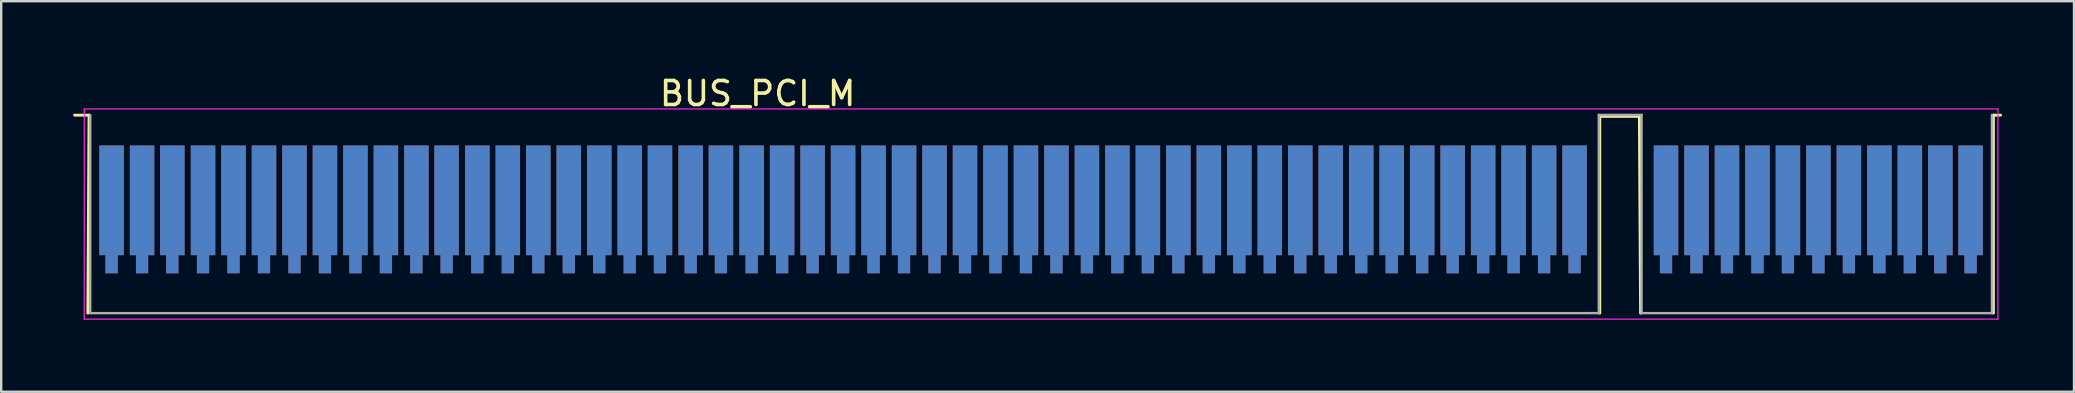
<source format=kicad_pcb>
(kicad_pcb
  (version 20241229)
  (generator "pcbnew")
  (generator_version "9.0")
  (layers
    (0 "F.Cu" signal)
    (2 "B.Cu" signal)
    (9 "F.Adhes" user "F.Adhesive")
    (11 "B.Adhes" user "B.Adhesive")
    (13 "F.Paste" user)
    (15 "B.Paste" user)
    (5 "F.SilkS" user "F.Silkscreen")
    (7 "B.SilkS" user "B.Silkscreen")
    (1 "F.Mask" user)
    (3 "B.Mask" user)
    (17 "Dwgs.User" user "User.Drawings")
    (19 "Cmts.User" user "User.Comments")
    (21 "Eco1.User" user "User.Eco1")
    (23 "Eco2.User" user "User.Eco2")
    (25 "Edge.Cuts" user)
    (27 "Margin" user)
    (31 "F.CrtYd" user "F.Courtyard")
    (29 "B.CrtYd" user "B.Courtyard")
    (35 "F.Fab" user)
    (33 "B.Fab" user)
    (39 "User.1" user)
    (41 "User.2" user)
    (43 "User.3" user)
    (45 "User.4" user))
  (footprint "BUS_PCI_M"
    (layer "F.Cu")
    (at 40.33 6.628)
    (property "Reference" "BUS_PCI_M" (at -11.81 -5.78 0) (layer "F.SilkS") (effects (font (size 1 1) (thickness 0.15))))
    (attr smd)
    (fp_line (start -40.27 -4.88) (end -39.67 -4.88) (stroke (width 0.12) (type solid)) (layer "F.SilkS"))
    (fp_line (start -39.67 -4.88) (end -39.72 3.37) (stroke (width 0.12) (type solid)) (layer "F.SilkS"))
    (fp_line (start 23.28 -4.83) (end 24.93 -4.83) (stroke (width 0.12) (type solid)) (layer "F.SilkS"))
    (fp_line (start 23.28 3.37) (end 23.28 -4.83) (stroke (width 0.12) (type solid)) (layer "F.SilkS"))
    (fp_line (start 24.93 -4.83) (end 24.98 3.37) (stroke (width 0.12) (type solid)) (layer "F.SilkS"))
    (fp_line (start 39.68 -4.88) (end 39.98 -4.88) (stroke (width 0.12) (type solid)) (layer "F.SilkS"))
    (fp_line (start 39.68 3.37) (end 39.68 -4.88) (stroke (width 0.12) (type solid)) (layer "F.SilkS"))
    (fp_line (start -39.87 -5.14) (end -39.87 3.62) (stroke (width 0.05) (type solid)) (layer "F.CrtYd"))
    (fp_line (start -39.87 -5.14) (end 39.87 -5.14) (stroke (width 0.05) (type solid)) (layer "F.CrtYd"))
    (fp_line (start 39.87 3.62) (end -39.87 3.62) (stroke (width 0.05) (type solid)) (layer "F.CrtYd"))
    (fp_line (start 39.87 3.62) (end 39.87 -5.14) (stroke (width 0.05) (type solid)) (layer "F.CrtYd"))
    (fp_line (start -39.62 -4.89) (end -39.62 3.37) (stroke (width 0.1) (type solid)) (layer "F.Fab"))
    (fp_line (start -39.62 3.37) (end 23.24 3.37) (stroke (width 0.1) (type solid)) (layer "F.Fab"))
    (fp_line (start 23.24 -4.89) (end 25.02 -4.89) (stroke (width 0.1) (type solid)) (layer "F.Fab"))
    (fp_line (start 23.24 3.37) (end 23.24 -4.89) (stroke (width 0.1) (type solid)) (layer "F.Fab"))
    (fp_line (start 25.02 -4.89) (end 25.02 3.37) (stroke (width 0.1) (type solid)) (layer "F.Fab"))
    (fp_line (start 25.02 3.37) (end 39.62 3.37) (stroke (width 0.1) (type solid)) (layer "F.Fab"))
    (fp_line (start 39.62 3.37) (end 39.62 -4.89) (stroke (width 0.1) (type solid)) (layer "F.Fab"))
    (pad "A1" connect rect (at -38.73 -1.33) (size 1.02 4.57) (layers "B.Cu" "B.Mask"))
    (pad "A1" connect rect (at -38.73 1.33) (size 0.51 0.76) (layers "B.Cu" "B.Mask"))
    (pad "A2" connect rect (at -37.46 -1.33) (size 1.02 4.57) (layers "B.Cu" "B.Mask"))
    (pad "A2" connect rect (at -37.46 1.33) (size 0.51 0.76) (layers "B.Cu" "B.Mask"))
    (pad "A3" connect rect (at -36.2 -1.33) (size 1.02 4.57) (layers "B.Cu" "B.Mask"))
    (pad "A3" connect rect (at -36.2 1.33) (size 0.51 0.76) (layers "B.Cu" "B.Mask"))
    (pad "A4" connect rect (at -34.92 -1.33) (size 1.02 4.57) (layers "B.Cu" "B.Mask"))
    (pad "A4" connect rect (at -34.92 1.33) (size 0.51 0.76) (layers "B.Cu" "B.Mask"))
    (pad "A5" connect rect (at -33.65 -1.33) (size 1.02 4.57) (layers "B.Cu" "B.Mask"))
    (pad "A5" connect rect (at -33.65 1.33) (size 0.51 0.76) (layers "B.Cu" "B.Mask"))
    (pad "A6" connect rect (at -32.38 -1.33) (size 1.02 4.57) (layers "B.Cu" "B.Mask"))
    (pad "A6" connect rect (at -32.38 1.33) (size 0.51 0.76) (layers "B.Cu" "B.Mask"))
    (pad "A7" connect rect (at -31.11 -1.33) (size 1.02 4.57) (layers "B.Cu" "B.Mask"))
    (pad "A7" connect rect (at -31.11 1.33) (size 0.51 0.76) (layers "B.Cu" "B.Mask"))
    (pad "A8" connect rect (at -29.84 -1.33) (size 1.02 4.57) (layers "B.Cu" "B.Mask"))
    (pad "A8" connect rect (at -29.84 1.33) (size 0.51 0.76) (layers "B.Cu" "B.Mask"))
    (pad "A9" connect rect (at -28.57 -1.33) (size 1.02 4.57) (layers "B.Cu" "B.Mask"))
    (pad "A9" connect rect (at -28.57 1.33) (size 0.51 0.76) (layers "B.Cu" "B.Mask"))
    (pad "A10" connect rect (at -27.3 -1.33) (size 1.02 4.57) (layers "B.Cu" "B.Mask"))
    (pad "A10" connect rect (at -27.3 1.33) (size 0.51 0.76) (layers "B.Cu" "B.Mask"))
    (pad "A11" connect rect (at -26.03 -1.33) (size 1.02 4.57) (layers "B.Cu" "B.Mask"))
    (pad "A11" connect rect (at -26.03 1.33) (size 0.51 0.76) (layers "B.Cu" "B.Mask"))
    (pad "A12" connect rect (at -24.77 -1.33) (size 1.02 4.57) (layers "B.Cu" "B.Mask"))
    (pad "A12" connect rect (at -24.77 1.33) (size 0.51 0.76) (layers "B.Cu" "B.Mask"))
    (pad "A13" connect rect (at -23.49 -1.33) (size 1.02 4.57) (layers "B.Cu" "B.Mask"))
    (pad "A13" connect rect (at -23.49 1.33) (size 0.51 0.76) (layers "B.Cu" "B.Mask"))
    (pad "A14" connect rect (at -22.22 -1.33) (size 1.02 4.57) (layers "B.Cu" "B.Mask"))
    (pad "A14" connect rect (at -22.22 1.33) (size 0.51 0.76) (layers "B.Cu" "B.Mask"))
    (pad "A15" connect rect (at -20.95 -1.33) (size 1.02 4.57) (layers "B.Cu" "B.Mask"))
    (pad "A15" connect rect (at -20.95 1.33) (size 0.51 0.76) (layers "B.Cu" "B.Mask"))
    (pad "A16" connect rect (at -19.68 -1.33) (size 1.02 4.57) (layers "B.Cu" "B.Mask"))
    (pad "A16" connect rect (at -19.68 1.33) (size 0.51 0.76) (layers "B.Cu" "B.Mask"))
    (pad "A17" connect rect (at -18.41 -1.33) (size 1.02 4.57) (layers "B.Cu" "B.Mask"))
    (pad "A17" connect rect (at -18.41 1.33) (size 0.51 0.76) (layers "B.Cu" "B.Mask"))
    (pad "A18" connect rect (at -17.14 -1.33) (size 1.02 4.57) (layers "B.Cu" "B.Mask"))
    (pad "A18" connect rect (at -17.14 1.33) (size 0.51 0.76) (layers "B.Cu" "B.Mask"))
    (pad "A19" connect rect (at -15.88 -1.33) (size 1.02 4.57) (layers "B.Cu" "B.Mask"))
    (pad "A19" connect rect (at -15.88 1.33) (size 0.51 0.76) (layers "B.Cu" "B.Mask"))
    (pad "A20" connect rect (at -14.6 -1.33) (size 1.02 4.57) (layers "B.Cu" "B.Mask"))
    (pad "A20" connect rect (at -14.6 1.33) (size 0.51 0.76) (layers "B.Cu" "B.Mask"))
    (pad "A21" connect rect (at -13.34 -1.33) (size 1.02 4.57) (layers "B.Cu" "B.Mask"))
    (pad "A21" connect rect (at -13.34 1.33) (size 0.51 0.76) (layers "B.Cu" "B.Mask"))
    (pad "A22" connect rect (at -12.06 -1.33) (size 1.02 4.57) (layers "B.Cu" "B.Mask"))
    (pad "A22" connect rect (at -12.06 1.33) (size 0.51 0.76) (layers "B.Cu" "B.Mask"))
    (pad "A23" connect rect (at -10.79 -1.33) (size 1.02 4.57) (layers "B.Cu" "B.Mask"))
    (pad "A23" connect rect (at -10.79 1.33) (size 0.51 0.76) (layers "B.Cu" "B.Mask"))
    (pad "A24" connect rect (at -9.52 -1.33) (size 1.02 4.57) (layers "B.Cu" "B.Mask"))
    (pad "A24" connect rect (at -9.52 1.33) (size 0.51 0.76) (layers "B.Cu" "B.Mask"))
    (pad "A25" connect rect (at -8.25 -1.33) (size 1.02 4.57) (layers "B.Cu" "B.Mask"))
    (pad "A25" connect rect (at -8.25 1.33) (size 0.51 0.76) (layers "B.Cu" "B.Mask"))
    (pad "A26" connect rect (at -6.98 -1.33) (size 1.02 4.57) (layers "B.Cu" "B.Mask"))
    (pad "A26" connect rect (at -6.98 1.33) (size 0.51 0.76) (layers "B.Cu" "B.Mask"))
    (pad "A27" connect rect (at -5.71 -1.33) (size 1.02 4.57) (layers "B.Cu" "B.Mask"))
    (pad "A27" connect rect (at -5.71 1.33) (size 0.51 0.76) (layers "B.Cu" "B.Mask"))
    (pad "A28" connect rect (at -4.44 -1.33) (size 1.02 4.57) (layers "B.Cu" "B.Mask"))
    (pad "A28" connect rect (at -4.44 1.33) (size 0.51 0.76) (layers "B.Cu" "B.Mask"))
    (pad "A29" connect rect (at -3.17 -1.33) (size 1.02 4.57) (layers "B.Cu" "B.Mask"))
    (pad "A29" connect rect (at -3.17 1.33) (size 0.51 0.76) (layers "B.Cu" "B.Mask"))
    (pad "A30" connect rect (at -1.9 -1.33) (size 1.02 4.57) (layers "B.Cu" "B.Mask"))
    (pad "A30" connect rect (at -1.9 1.33) (size 0.51 0.76) (layers "B.Cu" "B.Mask"))
    (pad "A31" connect rect (at -0.63 -1.33) (size 1.02 4.57) (layers "B.Cu" "B.Mask"))
    (pad "A31" connect rect (at -0.63 1.33) (size 0.51 0.76) (layers "B.Cu" "B.Mask"))
    (pad "A32" connect rect (at 0.64 -1.33) (size 1.02 4.57) (layers "B.Cu" "B.Mask"))
    (pad "A32" connect rect (at 0.64 1.33) (size 0.51 0.76) (layers "B.Cu" "B.Mask"))
    (pad "A33" connect rect (at 1.91 -1.33) (size 1.02 4.57) (layers "B.Cu" "B.Mask"))
    (pad "A33" connect rect (at 1.91 1.33) (size 0.51 0.76) (layers "B.Cu" "B.Mask"))
    (pad "A34" connect rect (at 3.18 -1.33) (size 1.02 4.57) (layers "B.Cu" "B.Mask"))
    (pad "A34" connect rect (at 3.18 1.33) (size 0.51 0.76) (layers "B.Cu" "B.Mask"))
    (pad "A35" connect rect (at 4.45 -1.33) (size 1.02 4.57) (layers "B.Cu" "B.Mask"))
    (pad "A35" connect rect (at 4.45 1.33) (size 0.51 0.76) (layers "B.Cu" "B.Mask"))
    (pad "A36" connect rect (at 5.72 -1.33) (size 1.02 4.57) (layers "B.Cu" "B.Mask"))
    (pad "A36" connect rect (at 5.72 1.33) (size 0.51 0.76) (layers "B.Cu" "B.Mask"))
    (pad "A37" connect rect (at 6.99 -1.33) (size 1.02 4.57) (layers "B.Cu" "B.Mask"))
    (pad "A37" connect rect (at 6.99 1.33) (size 0.51 0.76) (layers "B.Cu" "B.Mask"))
    (pad "A38" connect rect (at 8.26 -1.33) (size 1.02 4.57) (layers "B.Cu" "B.Mask"))
    (pad "A38" connect rect (at 8.26 1.33) (size 0.51 0.76) (layers "B.Cu" "B.Mask"))
    (pad "A39" connect rect (at 9.53 -1.33) (size 1.02 4.57) (layers "B.Cu" "B.Mask"))
    (pad "A39" connect rect (at 9.53 1.33) (size 0.51 0.76) (layers "B.Cu" "B.Mask"))
    (pad "A40" connect rect (at 10.8 -1.33) (size 1.02 4.57) (layers "B.Cu" "B.Mask"))
    (pad "A40" connect rect (at 10.8 1.33) (size 0.51 0.76) (layers "B.Cu" "B.Mask"))
    (pad "A41" connect rect (at 12.07 -1.33) (size 1.02 4.57) (layers "B.Cu" "B.Mask"))
    (pad "A41" connect rect (at 12.07 1.33) (size 0.51 0.76) (layers "B.Cu" "B.Mask"))
    (pad "A42" connect rect (at 13.34 -1.33) (size 1.02 4.57) (layers "B.Cu" "B.Mask"))
    (pad "A42" connect rect (at 13.34 1.33) (size 0.51 0.76) (layers "B.Cu" "B.Mask"))
    (pad "A43" connect rect (at 14.61 -1.33) (size 1.02 4.57) (layers "B.Cu" "B.Mask"))
    (pad "A43" connect rect (at 14.61 1.33) (size 0.51 0.76) (layers "B.Cu" "B.Mask"))
    (pad "A44" connect rect (at 15.88 -1.33) (size 1.02 4.57) (layers "B.Cu" "B.Mask"))
    (pad "A44" connect rect (at 15.88 1.33) (size 0.51 0.76) (layers "B.Cu" "B.Mask"))
    (pad "A45" connect rect (at 17.15 -1.33) (size 1.02 4.57) (layers "B.Cu" "B.Mask"))
    (pad "A45" connect rect (at 17.15 1.33) (size 0.51 0.76) (layers "B.Cu" "B.Mask"))
    (pad "A46" connect rect (at 18.42 -1.33) (size 1.02 4.57) (layers "B.Cu" "B.Mask"))
    (pad "A46" connect rect (at 18.42 1.33) (size 0.51 0.76) (layers "B.Cu" "B.Mask"))
    (pad "A47" connect rect (at 19.69 -1.33) (size 1.02 4.57) (layers "B.Cu" "B.Mask"))
    (pad "A47" connect rect (at 19.69 1.33) (size 0.51 0.76) (layers "B.Cu" "B.Mask"))
    (pad "A48" connect rect (at 20.96 -1.33) (size 1.02 4.57) (layers "B.Cu" "B.Mask"))
    (pad "A48" connect rect (at 20.96 1.33) (size 0.51 0.76) (layers "B.Cu" "B.Mask"))
    (pad "A49" connect rect (at 22.23 -1.33) (size 1.02 4.57) (layers "B.Cu" "B.Mask"))
    (pad "A49" connect rect (at 22.23 1.33) (size 0.51 0.76) (layers "B.Cu" "B.Mask"))
    (pad "A52" connect rect (at 26.04 -1.33) (size 1.02 4.57) (layers "B.Cu" "B.Mask"))
    (pad "A52" connect rect (at 26.04 1.33) (size 0.51 0.76) (layers "B.Cu" "B.Mask"))
    (pad "A53" connect rect (at 27.31 -1.33) (size 1.02 4.57) (layers "B.Cu" "B.Mask"))
    (pad "A53" connect rect (at 27.31 1.33) (size 0.51 0.76) (layers "B.Cu" "B.Mask"))
    (pad "A54" connect rect (at 28.58 -1.33) (size 1.02 4.57) (layers "B.Cu" "B.Mask"))
    (pad "A54" connect rect (at 28.58 1.33) (size 0.51 0.76) (layers "B.Cu" "B.Mask"))
    (pad "A55" connect rect (at 29.85 -1.33) (size 1.02 4.57) (layers "B.Cu" "B.Mask"))
    (pad "A55" connect rect (at 29.85 1.33) (size 0.51 0.76) (layers "B.Cu" "B.Mask"))
    (pad "A56" connect rect (at 31.12 -1.33) (size 1.02 4.57) (layers "B.Cu" "B.Mask"))
    (pad "A56" connect rect (at 31.12 1.33) (size 0.51 0.76) (layers "B.Cu" "B.Mask"))
    (pad "A57" connect rect (at 32.39 -1.33) (size 1.02 4.57) (layers "B.Cu" "B.Mask"))
    (pad "A57" connect rect (at 32.39 1.33) (size 0.51 0.76) (layers "B.Cu" "B.Mask"))
    (pad "A58" connect rect (at 33.66 -1.33) (size 1.02 4.57) (layers "B.Cu" "B.Mask"))
    (pad "A58" connect rect (at 33.66 1.33) (size 0.51 0.76) (layers "B.Cu" "B.Mask"))
    (pad "A59" connect rect (at 34.93 -1.33) (size 1.02 4.57) (layers "B.Cu" "B.Mask"))
    (pad "A59" connect rect (at 34.93 1.33) (size 0.51 0.76) (layers "B.Cu" "B.Mask"))
    (pad "A60" connect rect (at 36.2 -1.33) (size 1.02 4.57) (layers "B.Cu" "B.Mask"))
    (pad "A60" connect rect (at 36.2 1.33) (size 0.51 0.76) (layers "B.Cu" "B.Mask"))
    (pad "A61" connect rect (at 37.47 -1.33) (size 1.02 4.57) (layers "B.Cu" "B.Mask"))
    (pad "A61" connect rect (at 37.47 1.33) (size 0.51 0.76) (layers "B.Cu" "B.Mask"))
    (pad "A62" connect rect (at 38.73 -1.33) (size 1.02 4.57) (layers "B.Cu" "B.Mask"))
    (pad "A62" connect rect (at 38.73 1.33) (size 0.51 0.76) (layers "B.Cu" "B.Mask"))
    (pad "B1" connect rect (at -38.73 -1.33) (size 1.02 4.57) (layers "F.Cu" "F.Mask"))
    (pad "B1" connect rect (at -38.73 1.33) (size 0.51 0.76) (layers "F.Cu" "F.Mask"))
    (pad "B2" connect rect (at -37.46 -1.33) (size 1.02 4.57) (layers "F.Cu" "F.Mask"))
    (pad "B2" connect rect (at -37.46 1.33) (size 0.51 0.76) (layers "F.Cu" "F.Mask"))
    (pad "B3" connect rect (at -36.2 -1.33) (size 1.02 4.57) (layers "F.Cu" "F.Mask"))
    (pad "B3" connect rect (at -36.2 1.33) (size 0.51 0.76) (layers "F.Cu" "F.Mask"))
    (pad "B4" connect rect (at -34.92 -1.33) (size 1.02 4.57) (layers "F.Cu" "F.Mask"))
    (pad "B4" connect rect (at -34.92 1.33) (size 0.51 0.76) (layers "F.Cu" "F.Mask"))
    (pad "B5" connect rect (at -33.65 -1.33) (size 1.02 4.57) (layers "F.Cu" "F.Mask"))
    (pad "B5" connect rect (at -33.65 1.33) (size 0.51 0.76) (layers "F.Cu" "F.Mask"))
    (pad "B6" connect rect (at -32.38 -1.33) (size 1.02 4.57) (layers "F.Cu" "F.Mask"))
    (pad "B6" connect rect (at -32.38 1.33) (size 0.51 0.76) (layers "F.Cu" "F.Mask"))
    (pad "B7" connect rect (at -31.11 -1.33) (size 1.02 4.57) (layers "F.Cu" "F.Mask"))
    (pad "B7" connect rect (at -31.11 1.33) (size 0.51 0.76) (layers "F.Cu" "F.Mask"))
    (pad "B8" connect rect (at -29.84 -1.33) (size 1.02 4.57) (layers "F.Cu" "F.Mask"))
    (pad "B8" connect rect (at -29.84 1.33) (size 0.51 0.76) (layers "F.Cu" "F.Mask"))
    (pad "B9" connect rect (at -28.57 -1.33) (size 1.02 4.57) (layers "F.Cu" "F.Mask"))
    (pad "B9" connect rect (at -28.57 1.33) (size 0.51 0.76) (layers "F.Cu" "F.Mask"))
    (pad "B10" connect rect (at -27.3 -1.33) (size 1.02 4.57) (layers "F.Cu" "F.Mask"))
    (pad "B10" connect rect (at -27.3 1.33) (size 0.51 0.76) (layers "F.Cu" "F.Mask"))
    (pad "B11" connect rect (at -26.03 -1.33) (size 1.02 4.57) (layers "F.Cu" "F.Mask"))
    (pad "B11" connect rect (at -26.03 1.33) (size 0.51 0.76) (layers "F.Cu" "F.Mask"))
    (pad "B12" connect rect (at -24.77 -1.33) (size 1.02 4.57) (layers "F.Cu" "F.Mask"))
    (pad "B12" connect rect (at -24.77 1.33) (size 0.51 0.76) (layers "F.Cu" "F.Mask"))
    (pad "B13" connect rect (at -23.49 -1.33) (size 1.02 4.57) (layers "F.Cu" "F.Mask"))
    (pad "B13" connect rect (at -23.49 1.33) (size 0.51 0.76) (layers "F.Cu" "F.Mask"))
    (pad "B14" connect rect (at -22.22 -1.33) (size 1.02 4.57) (layers "F.Cu" "F.Mask"))
    (pad "B14" connect rect (at -22.22 1.33) (size 0.51 0.76) (layers "F.Cu" "F.Mask"))
    (pad "B15" connect rect (at -20.95 -1.33) (size 1.02 4.57) (layers "F.Cu" "F.Mask"))
    (pad "B15" connect rect (at -20.95 1.33) (size 0.51 0.76) (layers "F.Cu" "F.Mask"))
    (pad "B16" connect rect (at -19.68 -1.33) (size 1.02 4.57) (layers "F.Cu" "F.Mask"))
    (pad "B16" connect rect (at -19.68 1.33) (size 0.51 0.76) (layers "F.Cu" "F.Mask"))
    (pad "B17" connect rect (at -18.41 -1.33) (size 1.02 4.57) (layers "F.Cu" "F.Mask"))
    (pad "B17" connect rect (at -18.41 1.33) (size 0.51 0.76) (layers "F.Cu" "F.Mask"))
    (pad "B18" connect rect (at -17.14 -1.33) (size 1.02 4.57) (layers "F.Cu" "F.Mask"))
    (pad "B18" connect rect (at -17.14 1.33) (size 0.51 0.76) (layers "F.Cu" "F.Mask"))
    (pad "B19" connect rect (at -15.88 -1.33) (size 1.02 4.57) (layers "F.Cu" "F.Mask"))
    (pad "B19" connect rect (at -15.88 1.33) (size 0.51 0.76) (layers "F.Cu" "F.Mask"))
    (pad "B20" connect rect (at -14.6 -1.33) (size 1.02 4.57) (layers "F.Cu" "F.Mask"))
    (pad "B20" connect rect (at -14.6 1.33) (size 0.51 0.76) (layers "F.Cu" "F.Mask"))
    (pad "B21" connect rect (at -13.34 -1.33) (size 1.02 4.57) (layers "F.Cu" "F.Mask"))
    (pad "B21" connect rect (at -13.34 1.33) (size 0.51 0.76) (layers "F.Cu" "F.Mask"))
    (pad "B22" connect rect (at -12.06 -1.33) (size 1.02 4.57) (layers "F.Cu" "F.Mask"))
    (pad "B22" connect rect (at -12.06 1.33) (size 0.51 0.76) (layers "F.Cu" "F.Mask"))
    (pad "B23" connect rect (at -10.79 -1.33) (size 1.02 4.57) (layers "F.Cu" "F.Mask"))
    (pad "B23" connect rect (at -10.79 1.33) (size 0.51 0.76) (layers "F.Cu" "F.Mask"))
    (pad "B24" connect rect (at -9.52 -1.33) (size 1.02 4.57) (layers "F.Cu" "F.Mask"))
    (pad "B24" connect rect (at -9.52 1.33) (size 0.51 0.76) (layers "F.Cu" "F.Mask"))
    (pad "B25" connect rect (at -8.25 -1.33) (size 1.02 4.57) (layers "F.Cu" "F.Mask"))
    (pad "B25" connect rect (at -8.25 1.33) (size 0.51 0.76) (layers "F.Cu" "F.Mask"))
    (pad "B26" connect rect (at -6.98 -1.33) (size 1.02 4.57) (layers "F.Cu" "F.Mask"))
    (pad "B26" connect rect (at -6.98 1.33) (size 0.51 0.76) (layers "F.Cu" "F.Mask"))
    (pad "B27" connect rect (at -5.71 -1.33) (size 1.02 4.57) (layers "F.Cu" "F.Mask"))
    (pad "B27" connect rect (at -5.71 1.33) (size 0.51 0.76) (layers "F.Cu" "F.Mask"))
    (pad "B28" connect rect (at -4.44 -1.33) (size 1.02 4.57) (layers "F.Cu" "F.Mask"))
    (pad "B28" connect rect (at -4.44 1.33) (size 0.51 0.76) (layers "F.Cu" "F.Mask"))
    (pad "B29" connect rect (at -3.17 -1.33) (size 1.02 4.57) (layers "F.Cu" "F.Mask"))
    (pad "B29" connect rect (at -3.17 1.33) (size 0.51 0.76) (layers "F.Cu" "F.Mask"))
    (pad "B30" connect rect (at -1.9 -1.33) (size 1.02 4.57) (layers "F.Cu" "F.Mask"))
    (pad "B30" connect rect (at -1.9 1.33) (size 0.51 0.76) (layers "F.Cu" "F.Mask"))
    (pad "B31" connect rect (at -0.63 -1.33) (size 1.02 4.57) (layers "F.Cu" "F.Mask"))
    (pad "B31" connect rect (at -0.63 1.33) (size 0.51 0.76) (layers "F.Cu" "F.Mask"))
    (pad "B32" connect rect (at 0.64 -1.33) (size 1.02 4.57) (layers "F.Cu" "F.Mask"))
    (pad "B32" connect rect (at 0.64 1.33) (size 0.51 0.76) (layers "F.Cu" "F.Mask"))
    (pad "B33" connect rect (at 1.91 -1.33) (size 1.02 4.57) (layers "F.Cu" "F.Mask"))
    (pad "B33" connect rect (at 1.91 1.33) (size 0.51 0.76) (layers "F.Cu" "F.Mask"))
    (pad "B34" connect rect (at 3.18 -1.33) (size 1.02 4.57) (layers "F.Cu" "F.Mask"))
    (pad "B34" connect rect (at 3.18 1.33) (size 0.51 0.76) (layers "F.Cu" "F.Mask"))
    (pad "B35" connect rect (at 4.45 -1.33) (size 1.02 4.57) (layers "F.Cu" "F.Mask"))
    (pad "B35" connect rect (at 4.45 1.33) (size 0.51 0.76) (layers "F.Cu" "F.Mask"))
    (pad "B36" connect rect (at 5.72 -1.33) (size 1.02 4.57) (layers "F.Cu" "F.Mask"))
    (pad "B36" connect rect (at 5.72 1.33) (size 0.51 0.76) (layers "F.Cu" "F.Mask"))
    (pad "B37" connect rect (at 6.99 -1.33) (size 1.02 4.57) (layers "F.Cu" "F.Mask"))
    (pad "B37" connect rect (at 6.99 1.33) (size 0.51 0.76) (layers "F.Cu" "F.Mask"))
    (pad "B38" connect rect (at 8.26 -1.33) (size 1.02 4.57) (layers "F.Cu" "F.Mask"))
    (pad "B38" connect rect (at 8.26 1.33) (size 0.51 0.76) (layers "F.Cu" "F.Mask"))
    (pad "B39" connect rect (at 9.53 -1.33) (size 1.02 4.57) (layers "F.Cu" "F.Mask"))
    (pad "B39" connect rect (at 9.53 1.33) (size 0.51 0.76) (layers "F.Cu" "F.Mask"))
    (pad "B40" connect rect (at 10.8 -1.33) (size 1.02 4.57) (layers "F.Cu" "F.Mask"))
    (pad "B40" connect rect (at 10.8 1.33) (size 0.51 0.76) (layers "F.Cu" "F.Mask"))
    (pad "B41" connect rect (at 12.07 -1.33) (size 1.02 4.57) (layers "F.Cu" "F.Mask"))
    (pad "B41" connect rect (at 12.07 1.33) (size 0.51 0.76) (layers "F.Cu" "F.Mask"))
    (pad "B42" connect rect (at 13.34 -1.33) (size 1.02 4.57) (layers "F.Cu" "F.Mask"))
    (pad "B42" connect rect (at 13.34 1.33) (size 0.51 0.76) (layers "F.Cu" "F.Mask"))
    (pad "B43" connect rect (at 14.61 -1.33) (size 1.02 4.57) (layers "F.Cu" "F.Mask"))
    (pad "B43" connect rect (at 14.61 1.33) (size 0.51 0.76) (layers "F.Cu" "F.Mask"))
    (pad "B44" connect rect (at 15.88 -1.33) (size 1.02 4.57) (layers "F.Cu" "F.Mask"))
    (pad "B44" connect rect (at 15.88 1.33) (size 0.51 0.76) (layers "F.Cu" "F.Mask"))
    (pad "B45" connect rect (at 17.15 -1.33) (size 1.02 4.57) (layers "F.Cu" "F.Mask"))
    (pad "B45" connect rect (at 17.15 1.33) (size 0.51 0.76) (layers "F.Cu" "F.Mask"))
    (pad "B46" connect rect (at 18.42 -1.33) (size 1.02 4.57) (layers "F.Cu" "F.Mask"))
    (pad "B46" connect rect (at 18.42 1.33) (size 0.51 0.76) (layers "F.Cu" "F.Mask"))
    (pad "B47" connect rect (at 19.69 -1.33) (size 1.02 4.57) (layers "F.Cu" "F.Mask"))
    (pad "B47" connect rect (at 19.69 1.33) (size 0.51 0.76) (layers "F.Cu" "F.Mask"))
    (pad "B48" connect rect (at 20.96 -1.33) (size 1.02 4.57) (layers "F.Cu" "F.Mask"))
    (pad "B48" connect rect (at 20.96 1.33) (size 0.51 0.76) (layers "F.Cu" "F.Mask"))
    (pad "B49" connect rect (at 22.23 -1.33) (size 1.02 4.57) (layers "F.Cu" "F.Mask"))
    (pad "B49" connect rect (at 22.23 1.33) (size 0.51 0.76) (layers "F.Cu" "F.Mask"))
    (pad "B52" connect rect (at 26.04 -1.33) (size 1.02 4.57) (layers "F.Cu" "F.Mask"))
    (pad "B52" connect rect (at 26.04 1.33) (size 0.51 0.76) (layers "F.Cu" "F.Mask"))
    (pad "B53" connect rect (at 27.31 -1.33) (size 1.02 4.57) (layers "F.Cu" "F.Mask"))
    (pad "B53" connect rect (at 27.31 1.33) (size 0.51 0.76) (layers "F.Cu" "F.Mask"))
    (pad "B54" connect rect (at 28.58 -1.33) (size 1.02 4.57) (layers "F.Cu" "F.Mask"))
    (pad "B54" connect rect (at 28.58 1.33) (size 0.51 0.76) (layers "F.Cu" "F.Mask"))
    (pad "B55" connect rect (at 29.85 -1.33) (size 1.02 4.57) (layers "F.Cu" "F.Mask"))
    (pad "B55" connect rect (at 29.85 1.33) (size 0.51 0.76) (layers "F.Cu" "F.Mask"))
    (pad "B56" connect rect (at 31.12 -1.33) (size 1.02 4.57) (layers "F.Cu" "F.Mask"))
    (pad "B56" connect rect (at 31.12 1.33) (size 0.51 0.76) (layers "F.Cu" "F.Mask"))
    (pad "B57" connect rect (at 32.39 -1.33) (size 1.02 4.57) (layers "F.Cu" "F.Mask"))
    (pad "B57" connect rect (at 32.39 1.33) (size 0.51 0.76) (layers "F.Cu" "F.Mask"))
    (pad "B58" connect rect (at 33.66 -1.33) (size 1.02 4.57) (layers "F.Cu" "F.Mask"))
    (pad "B58" connect rect (at 33.66 1.33) (size 0.51 0.76) (layers "F.Cu" "F.Mask"))
    (pad "B59" connect rect (at 34.93 -1.33) (size 1.02 4.57) (layers "F.Cu" "F.Mask"))
    (pad "B59" connect rect (at 34.93 1.33) (size 0.51 0.76) (layers "F.Cu" "F.Mask"))
    (pad "B60" connect rect (at 36.2 -1.33) (size 1.02 4.57) (layers "F.Cu" "F.Mask"))
    (pad "B60" connect rect (at 36.2 1.33) (size 0.51 0.76) (layers "F.Cu" "F.Mask"))
    (pad "B61" connect rect (at 37.47 -1.33) (size 1.02 4.57) (layers "F.Cu" "F.Mask"))
    (pad "B61" connect rect (at 37.47 1.33) (size 0.51 0.76) (layers "F.Cu" "F.Mask"))
    (pad "B62" connect rect (at 38.73 -1.33) (size 1.02 4.57) (layers "F.Cu" "F.Mask"))
    (pad "B62" connect rect (at 38.73 1.33) (size 0.51 0.76) (layers "F.Cu" "F.Mask")))
  (gr_rect
    (start -3 -3)
    (end 83.37 13.273)
    (stroke (width 0.1) (type default))
    (fill no)
    (layer "Edge.Cuts")))
</source>
